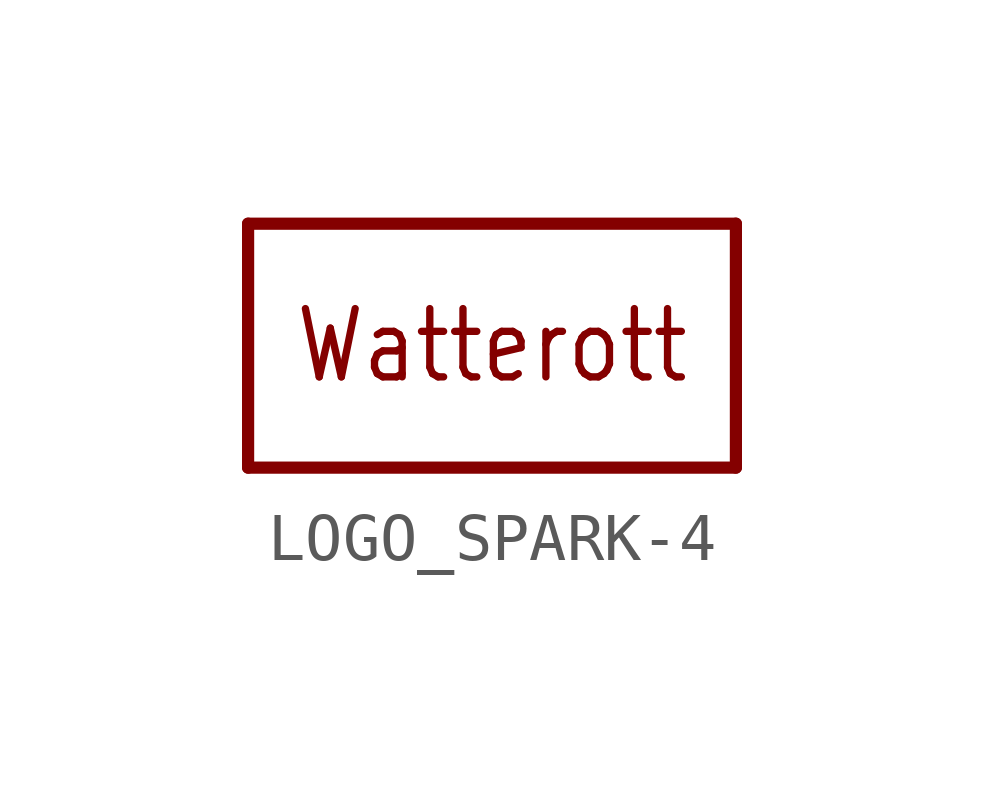
<source format=kicad_sym>
(kicad_symbol_lib
  (version 20231120)
  (generator "kicad_symbol_editor")
  (generator_version "8.0")
  (symbol "LOGO_SPARK-4"
    (property "Reference" "LOGO"
      (at 0 0 0)
      (effects (font (size 1.27 1.27)) (hide yes)))
    (property "ki_locked" ""
      (at 0 0 0)
      (effects (font (size 1.27 1.27))))
    (symbol "LOGO_SPARK-4_1_0"
      (polyline (pts (xy -5.08 -2.54) (xy -5.08 2.54)) (stroke (width 0.254) (type solid)) (fill (type none)))
      (polyline (pts (xy -5.08 2.54) (xy 5.08 2.54)) (stroke (width 0.254) (type solid)) (fill (type none)))
      (polyline (pts (xy 5.08 -2.54) (xy -5.08 -2.54)) (stroke (width 0.254) (type solid)) (fill (type none)))
      (polyline (pts (xy 5.08 2.54) (xy 5.08 -2.54)) (stroke (width 0.254) (type solid)) (fill (type none)))
      (text "Watterott" (at 0 0 0) (effects (font (size 1.422 1.209)))))))
</source>
